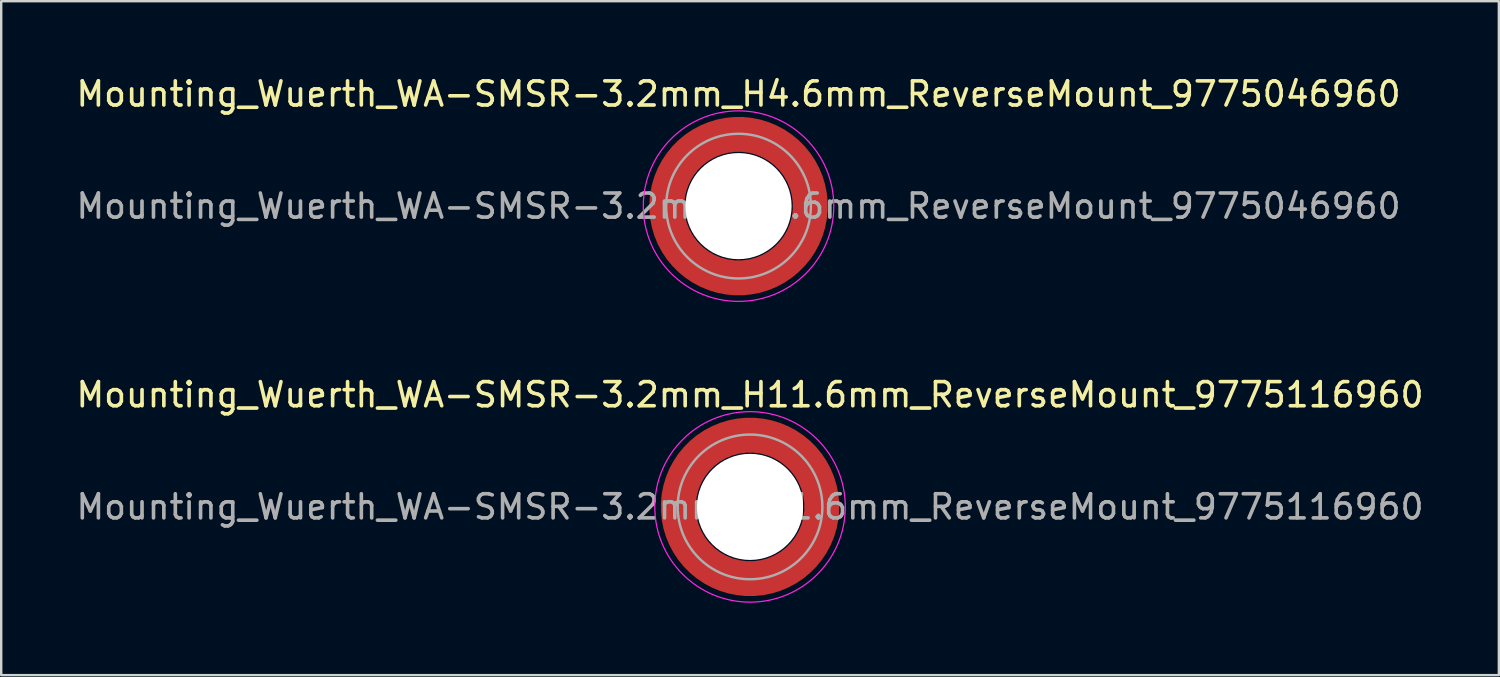
<source format=kicad_pcb>
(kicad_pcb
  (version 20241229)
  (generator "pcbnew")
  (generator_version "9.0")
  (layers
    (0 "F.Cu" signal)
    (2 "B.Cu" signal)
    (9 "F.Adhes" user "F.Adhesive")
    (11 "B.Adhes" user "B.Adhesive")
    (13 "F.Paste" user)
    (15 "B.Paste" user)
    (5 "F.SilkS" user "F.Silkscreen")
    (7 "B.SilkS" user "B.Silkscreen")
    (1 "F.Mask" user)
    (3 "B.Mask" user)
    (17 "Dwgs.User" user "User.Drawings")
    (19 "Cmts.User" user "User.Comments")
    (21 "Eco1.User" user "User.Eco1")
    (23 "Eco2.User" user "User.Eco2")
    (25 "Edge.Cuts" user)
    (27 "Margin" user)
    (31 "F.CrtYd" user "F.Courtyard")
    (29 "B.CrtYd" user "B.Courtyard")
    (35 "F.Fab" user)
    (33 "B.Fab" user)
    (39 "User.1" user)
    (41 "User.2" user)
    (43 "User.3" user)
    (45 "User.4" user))
  (footprint "Mounting_Wuerth_WA-SMSR-3.2mm_H4.6mm_ReverseMount_9775046960"
    (layer "F.Cu")
    (at 27.577 5.498)
    (property "Reference" "Mounting_Wuerth_WA-SMSR-3.2mm_H4.6mm_ReverseMount_9775046960" (at 0 -4.65 0) (layer "F.SilkS") (effects (font (size 1 1) (thickness 0.15))))
    (attr smd allow_soldermask_bridges)
    (fp_circle (center 0 0) (end 3.95 0) (stroke (width 0.05) (type solid)) (fill no) (layer "F.CrtYd"))
    (fp_circle (center 0 0) (end 3 0) (stroke (width 0.1) (type solid)) (fill no) (layer "F.Fab"))
    (fp_text user "${REFERENCE}" (at 0 0 0) (layer "F.Fab") (effects (font (size 1 1) (thickness 0.15))))
    (pad "" smd custom (at -2.095 -2.095) (size 0.672 0.672) (layers "F.Paste") (options (anchor circle)) (primitives (gr_arc (start -0.24231 1.594804) (mid 0.404819 0.404819) (end 1.594804 -0.24231) (width 0.2)) (gr_arc (start -0.3398 1.594804) (mid 0.337349 0.337349) (end 1.594804 -0.3398) (width 0.2)) (gr_arc (start -0.437132 1.594804) (mid 0.269879 0.269879) (end 1.594804 -0.437132) (width 0.2)) (gr_arc (start -0.534324 1.594804) (mid 0.202409 0.202409) (end 1.594804 -0.534324) (width 0.2)) (gr_arc (start -0.631391 1.594804) (mid 0.13494 0.13494) (end 1.594804 -0.631391) (width 0.2)) (gr_arc (start -0.728345 1.594804) (mid 0.06747 0.06747) (end 1.594804 -0.728345) (width 0.2)) (gr_arc (start -0.825197 1.594804) (mid 0 0) (end 1.594804 -0.825197) (width 0.2)) (gr_arc (start -0.921958 1.594804) (mid -0.06747 -0.06747) (end 1.594804 -0.921958) (width 0.2)) (gr_arc (start -1.018637 1.594804) (mid -0.13494 -0.13494) (end 1.594804 -1.018637) (width 0.2)) (gr_arc (start -1.115239 1.594804) (mid -0.202409 -0.202409) (end 1.594804 -1.115239) (width 0.2)) (gr_arc (start -1.211773 1.594804) (mid -0.269879 -0.269879) (end 1.594804 -1.211773) (width 0.2)) (gr_arc (start -1.308244 1.594804) (mid -0.337349 -0.337349) (end 1.594804 -1.308244) (width 0.2)) (gr_arc (start -1.404657 1.594804) (mid -0.404819 -0.404819) (end 1.594804 -1.404657) (width 0.2)) (gr_arc (start -1.404657 1.594804) (mid -0.404819 -0.404819) (end 1.594804 -1.404657) (width 0.2)) (gr_line (start 1.595 -0.242) (end 1.595 -1.405) (width 0.2)) (gr_line (start -0.242 1.595) (end -1.405 1.595) (width 0.2))))
    (pad "" smd custom (at -2.095 2.095) (size 0.672 0.672) (layers "F.Paste") (options (anchor circle)) (primitives (gr_arc (start 1.594804 0.24231) (mid 0.404819 -0.404819) (end -0.24231 -1.594804) (width 0.2)) (gr_arc (start 1.594804 0.3398) (mid 0.337349 -0.337349) (end -0.3398 -1.594804) (width 0.2)) (gr_arc (start 1.594804 0.437132) (mid 0.269879 -0.269879) (end -0.437132 -1.594804) (width 0.2)) (gr_arc (start 1.594804 0.534324) (mid 0.202409 -0.202409) (end -0.534324 -1.594804) (width 0.2)) (gr_arc (start 1.594804 0.631391) (mid 0.13494 -0.13494) (end -0.631391 -1.594804) (width 0.2)) (gr_arc (start 1.594804 0.728345) (mid 0.06747 -0.06747) (end -0.728345 -1.594804) (width 0.2)) (gr_arc (start 1.594804 0.825197) (mid 0 0) (end -0.825197 -1.594804) (width 0.2)) (gr_arc (start 1.594804 0.921958) (mid -0.06747 0.06747) (end -0.921958 -1.594804) (width 0.2)) (gr_arc (start 1.594804 1.018637) (mid -0.13494 0.13494) (end -1.018637 -1.594804) (width 0.2)) (gr_arc (start 1.594804 1.115239) (mid -0.202409 0.202409) (end -1.115239 -1.594804) (width 0.2)) (gr_arc (start 1.594804 1.211773) (mid -0.269879 0.269879) (end -1.211773 -1.594804) (width 0.2)) (gr_arc (start 1.594804 1.308244) (mid -0.337349 0.337349) (end -1.308244 -1.594804) (width 0.2)) (gr_arc (start 1.594804 1.404657) (mid -0.404819 0.404819) (end -1.404657 -1.594804) (width 0.2)) (gr_arc (start 1.594804 1.404657) (mid -0.404819 0.404819) (end -1.404657 -1.594804) (width 0.2)) (gr_line (start -0.242 -1.595) (end -1.405 -1.595) (width 0.2)) (gr_line (start 1.595 0.242) (end 1.595 1.405) (width 0.2))))
    (pad "" np_thru_hole circle (at 0 0) (size 4.4 4.4) (drill 4.4) (layers "*.Cu" "*.Mask"))
    (pad "" smd custom (at 2.095 -2.095) (size 0.672 0.672) (layers "F.Paste") (options (anchor circle)) (primitives (gr_arc (start -1.594804 -0.24231) (mid -0.404819 0.404819) (end 0.24231 1.594804) (width 0.2)) (gr_arc (start -1.594804 -0.3398) (mid -0.337349 0.337349) (end 0.3398 1.594804) (width 0.2)) (gr_arc (start -1.594804 -0.437132) (mid -0.269879 0.269879) (end 0.437132 1.594804) (width 0.2)) (gr_arc (start -1.594804 -0.534324) (mid -0.202409 0.202409) (end 0.534324 1.594804) (width 0.2)) (gr_arc (start -1.594804 -0.631391) (mid -0.13494 0.13494) (end 0.631391 1.594804) (width 0.2)) (gr_arc (start -1.594804 -0.728345) (mid -0.06747 0.06747) (end 0.728345 1.594804) (width 0.2)) (gr_arc (start -1.594804 -0.825197) (mid 0 0) (end 0.825197 1.594804) (width 0.2)) (gr_arc (start -1.594804 -0.921958) (mid 0.06747 -0.06747) (end 0.921958 1.594804) (width 0.2)) (gr_arc (start -1.594804 -1.018637) (mid 0.13494 -0.13494) (end 1.018637 1.594804) (width 0.2)) (gr_arc (start -1.594804 -1.115239) (mid 0.202409 -0.202409) (end 1.115239 1.594804) (width 0.2)) (gr_arc (start -1.594804 -1.211773) (mid 0.269879 -0.269879) (end 1.211773 1.594804) (width 0.2)) (gr_arc (start -1.594804 -1.308244) (mid 0.337349 -0.337349) (end 1.308244 1.594804) (width 0.2)) (gr_arc (start -1.594804 -1.404657) (mid 0.404819 -0.404819) (end 1.404657 1.594804) (width 0.2)) (gr_arc (start -1.594804 -1.404657) (mid 0.404819 -0.404819) (end 1.404657 1.594804) (width 0.2)) (gr_line (start 0.242 1.595) (end 1.405 1.595) (width 0.2)) (gr_line (start -1.595 -0.242) (end -1.595 -1.405) (width 0.2))))
    (pad "" smd custom (at 2.095 2.095) (size 0.672 0.672) (layers "F.Paste") (options (anchor circle)) (primitives (gr_arc (start 0.24231 -1.594804) (mid -0.404819 -0.404819) (end -1.594804 0.24231) (width 0.2)) (gr_arc (start 0.3398 -1.594804) (mid -0.337349 -0.337349) (end -1.594804 0.3398) (width 0.2)) (gr_arc (start 0.437132 -1.594804) (mid -0.269879 -0.269879) (end -1.594804 0.437132) (width 0.2)) (gr_arc (start 0.534324 -1.594804) (mid -0.202409 -0.202409) (end -1.594804 0.534324) (width 0.2)) (gr_arc (start 0.631391 -1.594804) (mid -0.13494 -0.13494) (end -1.594804 0.631391) (width 0.2)) (gr_arc (start 0.728345 -1.594804) (mid -0.06747 -0.06747) (end -1.594804 0.728345) (width 0.2)) (gr_arc (start 0.825197 -1.594804) (mid 0 0) (end -1.594804 0.825197) (width 0.2)) (gr_arc (start 0.921958 -1.594804) (mid 0.06747 0.06747) (end -1.594804 0.921958) (width 0.2)) (gr_arc (start 1.018637 -1.594804) (mid 0.13494 0.13494) (end -1.594804 1.018637) (width 0.2)) (gr_arc (start 1.115239 -1.594804) (mid 0.202409 0.202409) (end -1.594804 1.115239) (width 0.2)) (gr_arc (start 1.211773 -1.594804) (mid 0.269879 0.269879) (end -1.594804 1.211773) (width 0.2)) (gr_arc (start 1.308244 -1.594804) (mid 0.337349 0.337349) (end -1.594804 1.308244) (width 0.2)) (gr_arc (start 1.404657 -1.594804) (mid 0.404819 0.404819) (end -1.594804 1.404657) (width 0.2)) (gr_arc (start 1.404657 -1.594804) (mid 0.404819 0.404819) (end -1.594804 1.404657) (width 0.2)) (gr_line (start -1.595 0.242) (end -1.595 1.405) (width 0.2)) (gr_line (start 0.242 -1.595) (end 1.405 -1.595) (width 0.2))))
    (pad "1" smd circle (at -2.975 0) (size 0.942 0.942) (layers "F.Cu"))
    (pad "1" smd circle (at 0 -2.975) (size 0.942 0.942) (layers "F.Cu"))
    (pad "1" smd circle (at 0 2.975) (size 0.942 0.942) (layers "F.Cu"))
    (pad "1" smd custom (at 2.975 0) (size 1.45 1.45) (layers "F.Cu" "F.Mask") (options (anchor circle)) (primitives (gr_circle (center -2.975 0) (end 0 0) (width 1.45) (fill no)))))
  (footprint "Mounting_Wuerth_WA-SMSR-3.2mm_H11.6mm_ReverseMount_9775116960"
    (layer "F.Cu")
    (at 28.054 17.971)
    (property "Reference" "Mounting_Wuerth_WA-SMSR-3.2mm_H11.6mm_ReverseMount_9775116960" (at 0 -4.65 0) (layer "F.SilkS") (effects (font (size 1 1) (thickness 0.15))))
    (attr smd allow_soldermask_bridges)
    (fp_circle (center 0 0) (end 3.95 0) (stroke (width 0.05) (type solid)) (fill no) (layer "F.CrtYd"))
    (fp_circle (center 0 0) (end 3 0) (stroke (width 0.1) (type solid)) (fill no) (layer "F.Fab"))
    (fp_text user "${REFERENCE}" (at 0 0 0) (layer "F.Fab") (effects (font (size 1 1) (thickness 0.15))))
    (pad "" smd custom (at -2.095 -2.095) (size 0.672 0.672) (layers "F.Paste") (options (anchor circle)) (primitives (gr_arc (start -0.24231 1.594804) (mid 0.404819 0.404819) (end 1.594804 -0.24231) (width 0.2)) (gr_arc (start -0.3398 1.594804) (mid 0.337349 0.337349) (end 1.594804 -0.3398) (width 0.2)) (gr_arc (start -0.437132 1.594804) (mid 0.269879 0.269879) (end 1.594804 -0.437132) (width 0.2)) (gr_arc (start -0.534324 1.594804) (mid 0.202409 0.202409) (end 1.594804 -0.534324) (width 0.2)) (gr_arc (start -0.631391 1.594804) (mid 0.13494 0.13494) (end 1.594804 -0.631391) (width 0.2)) (gr_arc (start -0.728345 1.594804) (mid 0.06747 0.06747) (end 1.594804 -0.728345) (width 0.2)) (gr_arc (start -0.825197 1.594804) (mid 0 0) (end 1.594804 -0.825197) (width 0.2)) (gr_arc (start -0.921958 1.594804) (mid -0.06747 -0.06747) (end 1.594804 -0.921958) (width 0.2)) (gr_arc (start -1.018637 1.594804) (mid -0.13494 -0.13494) (end 1.594804 -1.018637) (width 0.2)) (gr_arc (start -1.115239 1.594804) (mid -0.202409 -0.202409) (end 1.594804 -1.115239) (width 0.2)) (gr_arc (start -1.211773 1.594804) (mid -0.269879 -0.269879) (end 1.594804 -1.211773) (width 0.2)) (gr_arc (start -1.308244 1.594804) (mid -0.337349 -0.337349) (end 1.594804 -1.308244) (width 0.2)) (gr_arc (start -1.404657 1.594804) (mid -0.404819 -0.404819) (end 1.594804 -1.404657) (width 0.2)) (gr_arc (start -1.404657 1.594804) (mid -0.404819 -0.404819) (end 1.594804 -1.404657) (width 0.2)) (gr_line (start 1.595 -0.242) (end 1.595 -1.405) (width 0.2)) (gr_line (start -0.242 1.595) (end -1.405 1.595) (width 0.2))))
    (pad "" smd custom (at -2.095 2.095) (size 0.672 0.672) (layers "F.Paste") (options (anchor circle)) (primitives (gr_arc (start 1.594804 0.24231) (mid 0.404819 -0.404819) (end -0.24231 -1.594804) (width 0.2)) (gr_arc (start 1.594804 0.3398) (mid 0.337349 -0.337349) (end -0.3398 -1.594804) (width 0.2)) (gr_arc (start 1.594804 0.437132) (mid 0.269879 -0.269879) (end -0.437132 -1.594804) (width 0.2)) (gr_arc (start 1.594804 0.534324) (mid 0.202409 -0.202409) (end -0.534324 -1.594804) (width 0.2)) (gr_arc (start 1.594804 0.631391) (mid 0.13494 -0.13494) (end -0.631391 -1.594804) (width 0.2)) (gr_arc (start 1.594804 0.728345) (mid 0.06747 -0.06747) (end -0.728345 -1.594804) (width 0.2)) (gr_arc (start 1.594804 0.825197) (mid 0 0) (end -0.825197 -1.594804) (width 0.2)) (gr_arc (start 1.594804 0.921958) (mid -0.06747 0.06747) (end -0.921958 -1.594804) (width 0.2)) (gr_arc (start 1.594804 1.018637) (mid -0.13494 0.13494) (end -1.018637 -1.594804) (width 0.2)) (gr_arc (start 1.594804 1.115239) (mid -0.202409 0.202409) (end -1.115239 -1.594804) (width 0.2)) (gr_arc (start 1.594804 1.211773) (mid -0.269879 0.269879) (end -1.211773 -1.594804) (width 0.2)) (gr_arc (start 1.594804 1.308244) (mid -0.337349 0.337349) (end -1.308244 -1.594804) (width 0.2)) (gr_arc (start 1.594804 1.404657) (mid -0.404819 0.404819) (end -1.404657 -1.594804) (width 0.2)) (gr_arc (start 1.594804 1.404657) (mid -0.404819 0.404819) (end -1.404657 -1.594804) (width 0.2)) (gr_line (start -0.242 -1.595) (end -1.405 -1.595) (width 0.2)) (gr_line (start 1.595 0.242) (end 1.595 1.405) (width 0.2))))
    (pad "" np_thru_hole circle (at 0 0) (size 4.4 4.4) (drill 4.4) (layers "*.Cu" "*.Mask"))
    (pad "" smd custom (at 2.095 -2.095) (size 0.672 0.672) (layers "F.Paste") (options (anchor circle)) (primitives (gr_arc (start -1.594804 -0.24231) (mid -0.404819 0.404819) (end 0.24231 1.594804) (width 0.2)) (gr_arc (start -1.594804 -0.3398) (mid -0.337349 0.337349) (end 0.3398 1.594804) (width 0.2)) (gr_arc (start -1.594804 -0.437132) (mid -0.269879 0.269879) (end 0.437132 1.594804) (width 0.2)) (gr_arc (start -1.594804 -0.534324) (mid -0.202409 0.202409) (end 0.534324 1.594804) (width 0.2)) (gr_arc (start -1.594804 -0.631391) (mid -0.13494 0.13494) (end 0.631391 1.594804) (width 0.2)) (gr_arc (start -1.594804 -0.728345) (mid -0.06747 0.06747) (end 0.728345 1.594804) (width 0.2)) (gr_arc (start -1.594804 -0.825197) (mid 0 0) (end 0.825197 1.594804) (width 0.2)) (gr_arc (start -1.594804 -0.921958) (mid 0.06747 -0.06747) (end 0.921958 1.594804) (width 0.2)) (gr_arc (start -1.594804 -1.018637) (mid 0.13494 -0.13494) (end 1.018637 1.594804) (width 0.2)) (gr_arc (start -1.594804 -1.115239) (mid 0.202409 -0.202409) (end 1.115239 1.594804) (width 0.2)) (gr_arc (start -1.594804 -1.211773) (mid 0.269879 -0.269879) (end 1.211773 1.594804) (width 0.2)) (gr_arc (start -1.594804 -1.308244) (mid 0.337349 -0.337349) (end 1.308244 1.594804) (width 0.2)) (gr_arc (start -1.594804 -1.404657) (mid 0.404819 -0.404819) (end 1.404657 1.594804) (width 0.2)) (gr_arc (start -1.594804 -1.404657) (mid 0.404819 -0.404819) (end 1.404657 1.594804) (width 0.2)) (gr_line (start 0.242 1.595) (end 1.405 1.595) (width 0.2)) (gr_line (start -1.595 -0.242) (end -1.595 -1.405) (width 0.2))))
    (pad "" smd custom (at 2.095 2.095) (size 0.672 0.672) (layers "F.Paste") (options (anchor circle)) (primitives (gr_arc (start 0.24231 -1.594804) (mid -0.404819 -0.404819) (end -1.594804 0.24231) (width 0.2)) (gr_arc (start 0.3398 -1.594804) (mid -0.337349 -0.337349) (end -1.594804 0.3398) (width 0.2)) (gr_arc (start 0.437132 -1.594804) (mid -0.269879 -0.269879) (end -1.594804 0.437132) (width 0.2)) (gr_arc (start 0.534324 -1.594804) (mid -0.202409 -0.202409) (end -1.594804 0.534324) (width 0.2)) (gr_arc (start 0.631391 -1.594804) (mid -0.13494 -0.13494) (end -1.594804 0.631391) (width 0.2)) (gr_arc (start 0.728345 -1.594804) (mid -0.06747 -0.06747) (end -1.594804 0.728345) (width 0.2)) (gr_arc (start 0.825197 -1.594804) (mid 0 0) (end -1.594804 0.825197) (width 0.2)) (gr_arc (start 0.921958 -1.594804) (mid 0.06747 0.06747) (end -1.594804 0.921958) (width 0.2)) (gr_arc (start 1.018637 -1.594804) (mid 0.13494 0.13494) (end -1.594804 1.018637) (width 0.2)) (gr_arc (start 1.115239 -1.594804) (mid 0.202409 0.202409) (end -1.594804 1.115239) (width 0.2)) (gr_arc (start 1.211773 -1.594804) (mid 0.269879 0.269879) (end -1.594804 1.211773) (width 0.2)) (gr_arc (start 1.308244 -1.594804) (mid 0.337349 0.337349) (end -1.594804 1.308244) (width 0.2)) (gr_arc (start 1.404657 -1.594804) (mid 0.404819 0.404819) (end -1.594804 1.404657) (width 0.2)) (gr_arc (start 1.404657 -1.594804) (mid 0.404819 0.404819) (end -1.594804 1.404657) (width 0.2)) (gr_line (start -1.595 0.242) (end -1.595 1.405) (width 0.2)) (gr_line (start 0.242 -1.595) (end 1.405 -1.595) (width 0.2))))
    (pad "1" smd circle (at -2.975 0) (size 0.942 0.942) (layers "F.Cu"))
    (pad "1" smd circle (at 0 -2.975) (size 0.942 0.942) (layers "F.Cu"))
    (pad "1" smd circle (at 0 2.975) (size 0.942 0.942) (layers "F.Cu"))
    (pad "1" smd custom (at 2.975 0) (size 1.45 1.45) (layers "F.Cu" "F.Mask") (options (anchor circle)) (primitives (gr_circle (center -2.975 0) (end 0 0) (width 1.45) (fill no)))))
  (gr_rect
    (start -3 -3)
    (end 59.107 24.947)
    (stroke (width 0.1) (type default))
    (fill no)
    (layer "Edge.Cuts")))
</source>
